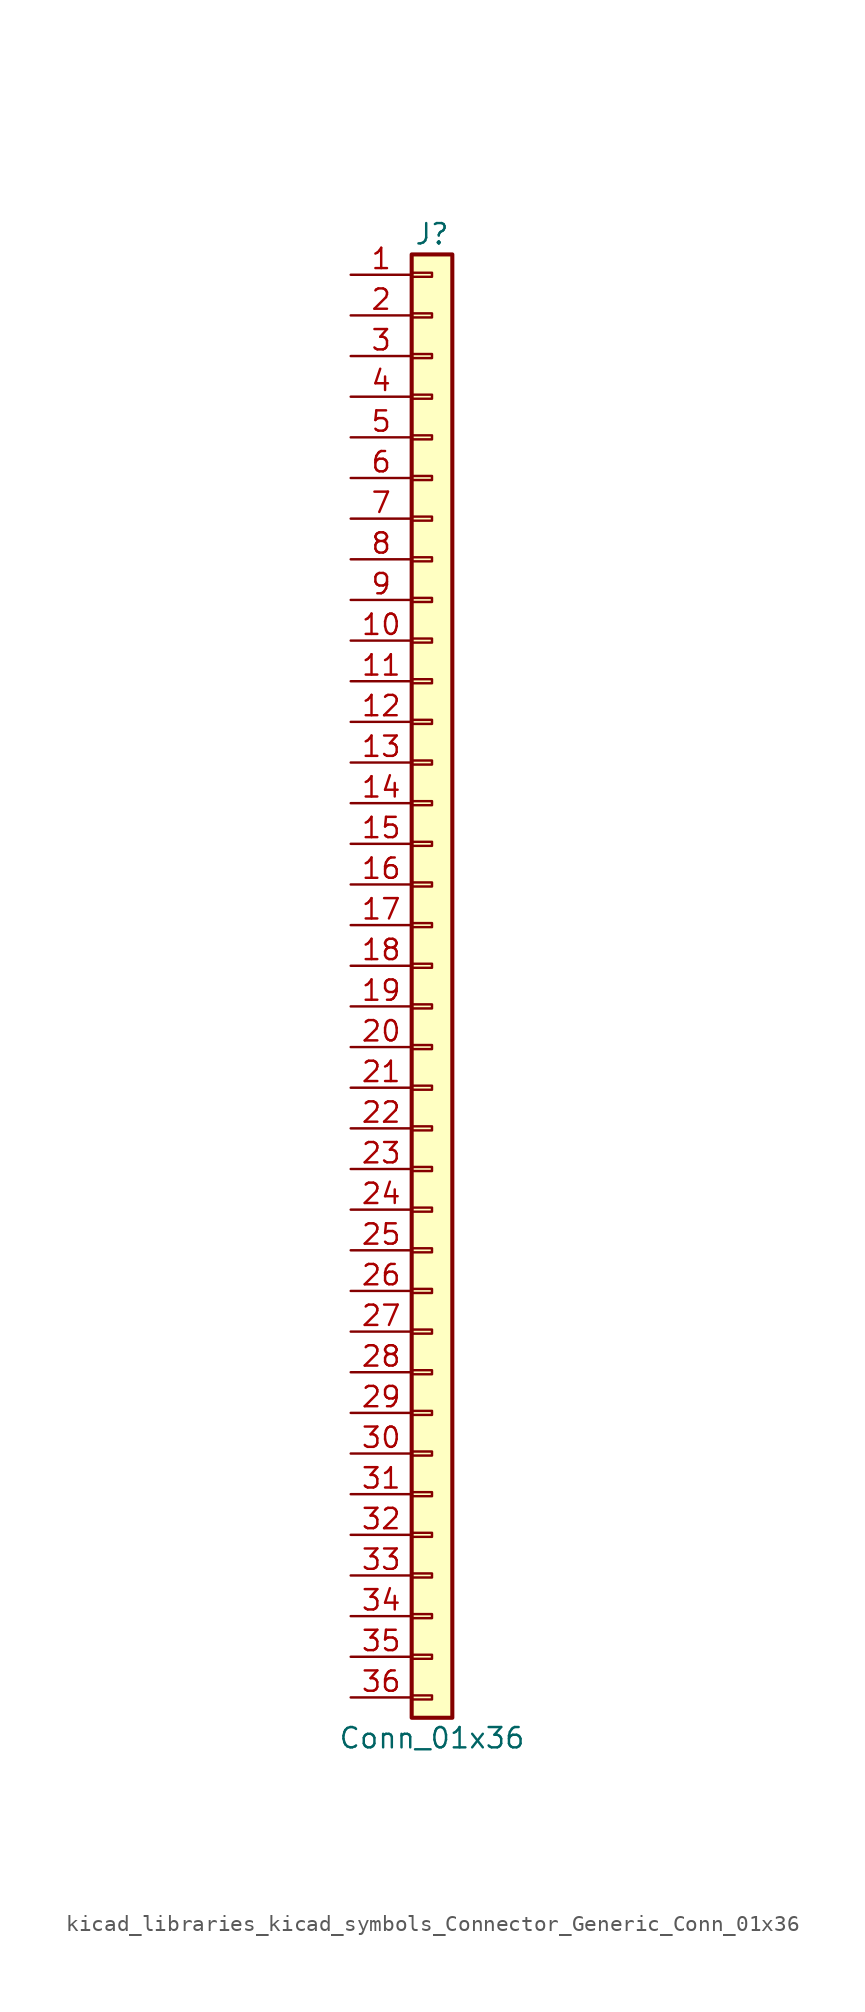
<source format=kicad_sym>
(kicad_symbol_lib
  (version 20220914)
  (generator kicad_symbol_editor)
  (symbol "kicad_libraries_kicad_symbols_Connector_Generic_Conn_01x36"
    (pin_names
      (offset 1.016) hide)
    (property "Reference" "J"
      (at 0 45.72 0)
      (effects (font (size 1.27 1.27))))
    (property "Value" "Conn_01x36"
      (at 0 -48.26 0)
      (effects (font (size 1.27 1.27))))
    (symbol "kicad_libraries_kicad_symbols_Connector_Generic_Conn_01x36_1_1"
      (rectangle (start -1.27 -45.593) (end 0 -45.847) (stroke (width 0.152) (type default)) (fill (type none)))
      (rectangle (start -1.27 -43.053) (end 0 -43.307) (stroke (width 0.152) (type default)) (fill (type none)))
      (rectangle (start -1.27 -40.513) (end 0 -40.767) (stroke (width 0.152) (type default)) (fill (type none)))
      (rectangle (start -1.27 -37.973) (end 0 -38.227) (stroke (width 0.152) (type default)) (fill (type none)))
      (rectangle (start -1.27 -35.433) (end 0 -35.687) (stroke (width 0.152) (type default)) (fill (type none)))
      (rectangle (start -1.27 -32.893) (end 0 -33.147) (stroke (width 0.152) (type default)) (fill (type none)))
      (rectangle (start -1.27 -30.353) (end 0 -30.607) (stroke (width 0.152) (type default)) (fill (type none)))
      (rectangle (start -1.27 -27.813) (end 0 -28.067) (stroke (width 0.152) (type default)) (fill (type none)))
      (rectangle (start -1.27 -25.273) (end 0 -25.527) (stroke (width 0.152) (type default)) (fill (type none)))
      (rectangle (start -1.27 -22.733) (end 0 -22.987) (stroke (width 0.152) (type default)) (fill (type none)))
      (rectangle (start -1.27 -20.193) (end 0 -20.447) (stroke (width 0.152) (type default)) (fill (type none)))
      (rectangle (start -1.27 -17.653) (end 0 -17.907) (stroke (width 0.152) (type default)) (fill (type none)))
      (rectangle (start -1.27 -15.113) (end 0 -15.367) (stroke (width 0.152) (type default)) (fill (type none)))
      (rectangle (start -1.27 -12.573) (end 0 -12.827) (stroke (width 0.152) (type default)) (fill (type none)))
      (rectangle (start -1.27 -10.033) (end 0 -10.287) (stroke (width 0.152) (type default)) (fill (type none)))
      (rectangle (start -1.27 -7.493) (end 0 -7.747) (stroke (width 0.152) (type default)) (fill (type none)))
      (rectangle (start -1.27 -4.953) (end 0 -5.207) (stroke (width 0.152) (type default)) (fill (type none)))
      (rectangle (start -1.27 -2.413) (end 0 -2.667) (stroke (width 0.152) (type default)) (fill (type none)))
      (rectangle (start -1.27 0.127) (end 0 -0.127) (stroke (width 0.152) (type default)) (fill (type none)))
      (rectangle (start -1.27 2.667) (end 0 2.413) (stroke (width 0.152) (type default)) (fill (type none)))
      (rectangle (start -1.27 5.207) (end 0 4.953) (stroke (width 0.152) (type default)) (fill (type none)))
      (rectangle (start -1.27 7.747) (end 0 7.493) (stroke (width 0.152) (type default)) (fill (type none)))
      (rectangle (start -1.27 10.287) (end 0 10.033) (stroke (width 0.152) (type default)) (fill (type none)))
      (rectangle (start -1.27 12.827) (end 0 12.573) (stroke (width 0.152) (type default)) (fill (type none)))
      (rectangle (start -1.27 15.367) (end 0 15.113) (stroke (width 0.152) (type default)) (fill (type none)))
      (rectangle (start -1.27 17.907) (end 0 17.653) (stroke (width 0.152) (type default)) (fill (type none)))
      (rectangle (start -1.27 20.447) (end 0 20.193) (stroke (width 0.152) (type default)) (fill (type none)))
      (rectangle (start -1.27 22.987) (end 0 22.733) (stroke (width 0.152) (type default)) (fill (type none)))
      (rectangle (start -1.27 25.527) (end 0 25.273) (stroke (width 0.152) (type default)) (fill (type none)))
      (rectangle (start -1.27 28.067) (end 0 27.813) (stroke (width 0.152) (type default)) (fill (type none)))
      (rectangle (start -1.27 30.607) (end 0 30.353) (stroke (width 0.152) (type default)) (fill (type none)))
      (rectangle (start -1.27 33.147) (end 0 32.893) (stroke (width 0.152) (type default)) (fill (type none)))
      (rectangle (start -1.27 35.687) (end 0 35.433) (stroke (width 0.152) (type default)) (fill (type none)))
      (rectangle (start -1.27 38.227) (end 0 37.973) (stroke (width 0.152) (type default)) (fill (type none)))
      (rectangle (start -1.27 40.767) (end 0 40.513) (stroke (width 0.152) (type default)) (fill (type none)))
      (rectangle (start -1.27 43.307) (end 0 43.053) (stroke (width 0.152) (type default)) (fill (type none)))
      (rectangle (start -1.27 44.45) (end 1.27 -46.99) (stroke (width 0.254) (type default)) (fill (type background)))
      (pin passive line (at -5.08 43.18 0) (length 3.81) (name "Pin_1" (effects (font (size 1.27 1.27)))) (number "1" (effects (font (size 1.27 1.27)))))
      (pin passive line (at -5.08 20.32 0) (length 3.81) (name "Pin_10" (effects (font (size 1.27 1.27)))) (number "10" (effects (font (size 1.27 1.27)))))
      (pin passive line (at -5.08 17.78 0) (length 3.81) (name "Pin_11" (effects (font (size 1.27 1.27)))) (number "11" (effects (font (size 1.27 1.27)))))
      (pin passive line (at -5.08 15.24 0) (length 3.81) (name "Pin_12" (effects (font (size 1.27 1.27)))) (number "12" (effects (font (size 1.27 1.27)))))
      (pin passive line (at -5.08 12.7 0) (length 3.81) (name "Pin_13" (effects (font (size 1.27 1.27)))) (number "13" (effects (font (size 1.27 1.27)))))
      (pin passive line (at -5.08 10.16 0) (length 3.81) (name "Pin_14" (effects (font (size 1.27 1.27)))) (number "14" (effects (font (size 1.27 1.27)))))
      (pin passive line (at -5.08 7.62 0) (length 3.81) (name "Pin_15" (effects (font (size 1.27 1.27)))) (number "15" (effects (font (size 1.27 1.27)))))
      (pin passive line (at -5.08 5.08 0) (length 3.81) (name "Pin_16" (effects (font (size 1.27 1.27)))) (number "16" (effects (font (size 1.27 1.27)))))
      (pin passive line (at -5.08 2.54 0) (length 3.81) (name "Pin_17" (effects (font (size 1.27 1.27)))) (number "17" (effects (font (size 1.27 1.27)))))
      (pin passive line (at -5.08 0 0) (length 3.81) (name "Pin_18" (effects (font (size 1.27 1.27)))) (number "18" (effects (font (size 1.27 1.27)))))
      (pin passive line (at -5.08 -2.54 0) (length 3.81) (name "Pin_19" (effects (font (size 1.27 1.27)))) (number "19" (effects (font (size 1.27 1.27)))))
      (pin passive line (at -5.08 40.64 0) (length 3.81) (name "Pin_2" (effects (font (size 1.27 1.27)))) (number "2" (effects (font (size 1.27 1.27)))))
      (pin passive line (at -5.08 -5.08 0) (length 3.81) (name "Pin_20" (effects (font (size 1.27 1.27)))) (number "20" (effects (font (size 1.27 1.27)))))
      (pin passive line (at -5.08 -7.62 0) (length 3.81) (name "Pin_21" (effects (font (size 1.27 1.27)))) (number "21" (effects (font (size 1.27 1.27)))))
      (pin passive line (at -5.08 -10.16 0) (length 3.81) (name "Pin_22" (effects (font (size 1.27 1.27)))) (number "22" (effects (font (size 1.27 1.27)))))
      (pin passive line (at -5.08 -12.7 0) (length 3.81) (name "Pin_23" (effects (font (size 1.27 1.27)))) (number "23" (effects (font (size 1.27 1.27)))))
      (pin passive line (at -5.08 -15.24 0) (length 3.81) (name "Pin_24" (effects (font (size 1.27 1.27)))) (number "24" (effects (font (size 1.27 1.27)))))
      (pin passive line (at -5.08 -17.78 0) (length 3.81) (name "Pin_25" (effects (font (size 1.27 1.27)))) (number "25" (effects (font (size 1.27 1.27)))))
      (pin passive line (at -5.08 -20.32 0) (length 3.81) (name "Pin_26" (effects (font (size 1.27 1.27)))) (number "26" (effects (font (size 1.27 1.27)))))
      (pin passive line (at -5.08 -22.86 0) (length 3.81) (name "Pin_27" (effects (font (size 1.27 1.27)))) (number "27" (effects (font (size 1.27 1.27)))))
      (pin passive line (at -5.08 -25.4 0) (length 3.81) (name "Pin_28" (effects (font (size 1.27 1.27)))) (number "28" (effects (font (size 1.27 1.27)))))
      (pin passive line (at -5.08 -27.94 0) (length 3.81) (name "Pin_29" (effects (font (size 1.27 1.27)))) (number "29" (effects (font (size 1.27 1.27)))))
      (pin passive line (at -5.08 38.1 0) (length 3.81) (name "Pin_3" (effects (font (size 1.27 1.27)))) (number "3" (effects (font (size 1.27 1.27)))))
      (pin passive line (at -5.08 -30.48 0) (length 3.81) (name "Pin_30" (effects (font (size 1.27 1.27)))) (number "30" (effects (font (size 1.27 1.27)))))
      (pin passive line (at -5.08 -33.02 0) (length 3.81) (name "Pin_31" (effects (font (size 1.27 1.27)))) (number "31" (effects (font (size 1.27 1.27)))))
      (pin passive line (at -5.08 -35.56 0) (length 3.81) (name "Pin_32" (effects (font (size 1.27 1.27)))) (number "32" (effects (font (size 1.27 1.27)))))
      (pin passive line (at -5.08 -38.1 0) (length 3.81) (name "Pin_33" (effects (font (size 1.27 1.27)))) (number "33" (effects (font (size 1.27 1.27)))))
      (pin passive line (at -5.08 -40.64 0) (length 3.81) (name "Pin_34" (effects (font (size 1.27 1.27)))) (number "34" (effects (font (size 1.27 1.27)))))
      (pin passive line (at -5.08 -43.18 0) (length 3.81) (name "Pin_35" (effects (font (size 1.27 1.27)))) (number "35" (effects (font (size 1.27 1.27)))))
      (pin passive line (at -5.08 -45.72 0) (length 3.81) (name "Pin_36" (effects (font (size 1.27 1.27)))) (number "36" (effects (font (size 1.27 1.27)))))
      (pin passive line (at -5.08 35.56 0) (length 3.81) (name "Pin_4" (effects (font (size 1.27 1.27)))) (number "4" (effects (font (size 1.27 1.27)))))
      (pin passive line (at -5.08 33.02 0) (length 3.81) (name "Pin_5" (effects (font (size 1.27 1.27)))) (number "5" (effects (font (size 1.27 1.27)))))
      (pin passive line (at -5.08 30.48 0) (length 3.81) (name "Pin_6" (effects (font (size 1.27 1.27)))) (number "6" (effects (font (size 1.27 1.27)))))
      (pin passive line (at -5.08 27.94 0) (length 3.81) (name "Pin_7" (effects (font (size 1.27 1.27)))) (number "7" (effects (font (size 1.27 1.27)))))
      (pin passive line (at -5.08 25.4 0) (length 3.81) (name "Pin_8" (effects (font (size 1.27 1.27)))) (number "8" (effects (font (size 1.27 1.27)))))
      (pin passive line (at -5.08 22.86 0) (length 3.81) (name "Pin_9" (effects (font (size 1.27 1.27)))) (number "9" (effects (font (size 1.27 1.27))))))))
</source>
